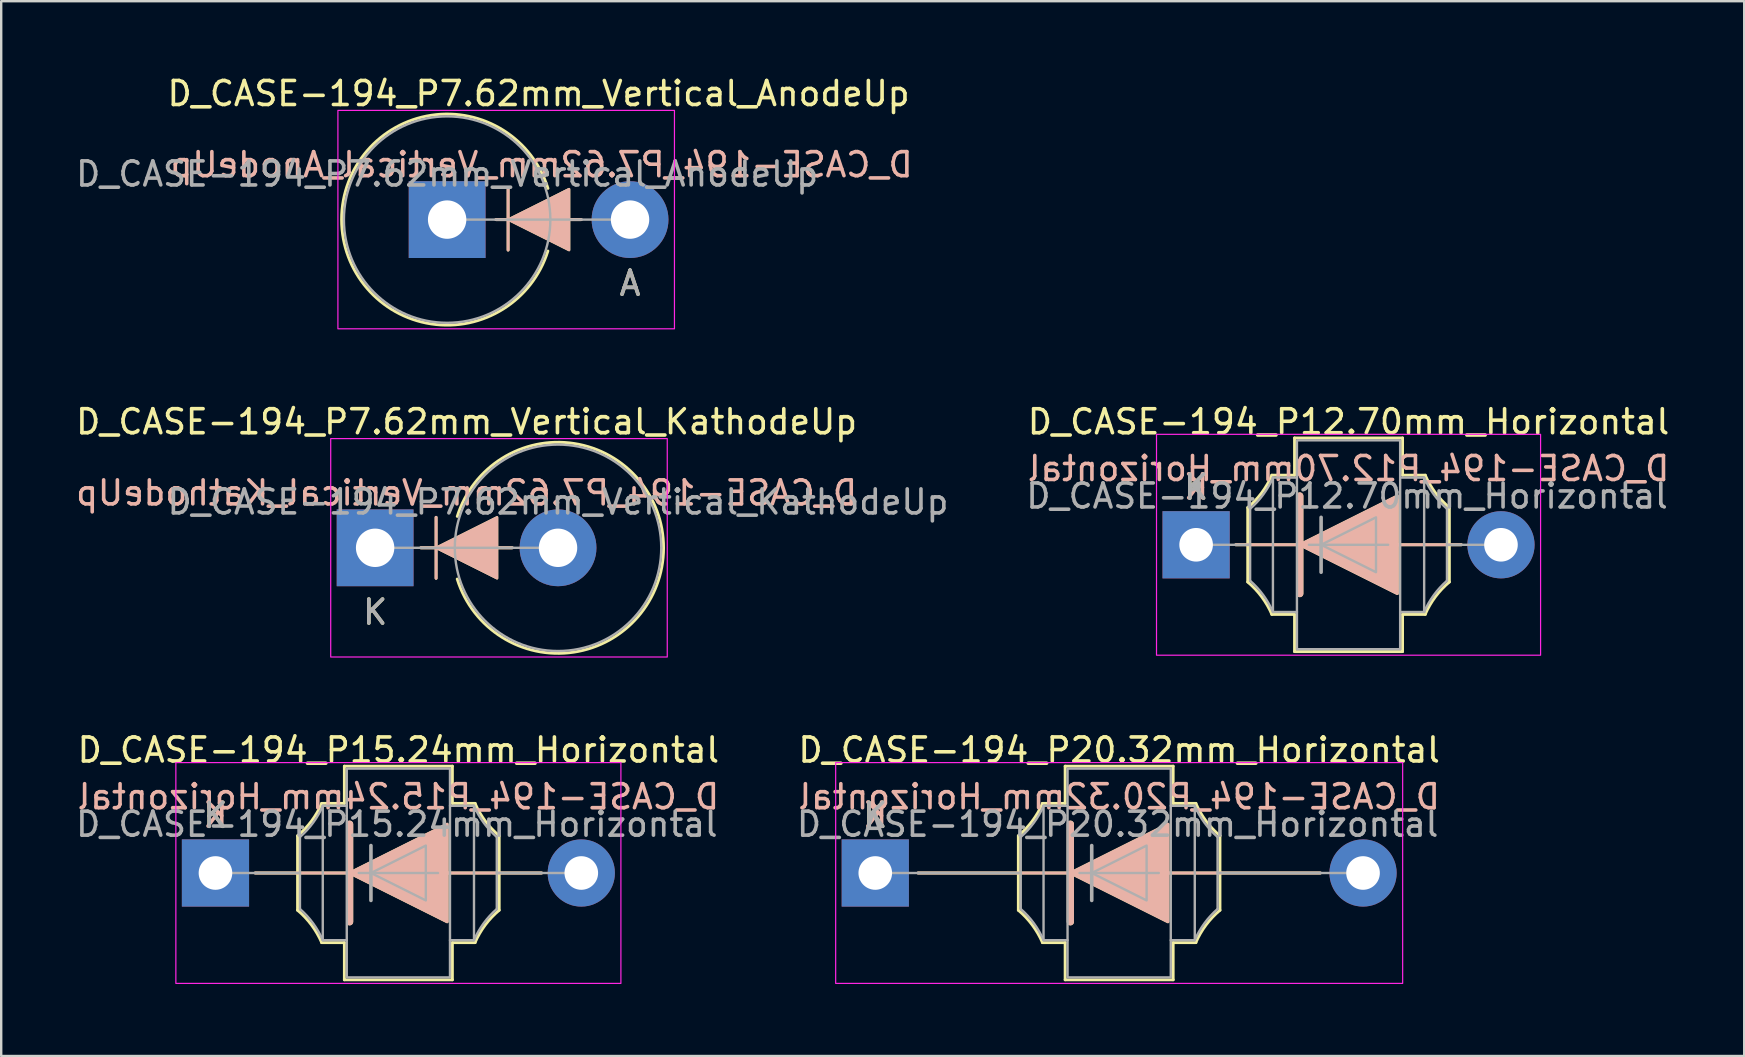
<source format=kicad_pcb>
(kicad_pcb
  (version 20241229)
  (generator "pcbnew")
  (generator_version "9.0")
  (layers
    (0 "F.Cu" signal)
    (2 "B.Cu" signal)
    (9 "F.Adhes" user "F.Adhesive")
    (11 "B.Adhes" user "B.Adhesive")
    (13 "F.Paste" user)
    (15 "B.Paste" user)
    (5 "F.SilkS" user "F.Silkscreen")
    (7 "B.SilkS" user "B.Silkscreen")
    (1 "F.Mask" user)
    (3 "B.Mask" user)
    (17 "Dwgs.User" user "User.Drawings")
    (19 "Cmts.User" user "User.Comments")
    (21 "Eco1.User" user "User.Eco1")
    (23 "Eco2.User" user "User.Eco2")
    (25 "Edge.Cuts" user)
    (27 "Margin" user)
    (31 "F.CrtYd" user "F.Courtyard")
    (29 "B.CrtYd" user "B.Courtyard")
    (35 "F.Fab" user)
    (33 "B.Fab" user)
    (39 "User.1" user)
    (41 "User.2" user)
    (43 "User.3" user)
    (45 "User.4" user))
  (footprint "D_CASE-194_P15.24mm_Horizontal"
    (layer "F.Cu")
    (at 5.926 33.318)
    (property "Reference" "D_CASE-194_P15.24mm_Horizontal" (at 7.62 -5.123 0) (layer "F.SilkS") (effects (font (size 1 1) (thickness 0.15))))
    (attr through_hole)
    (fp_line (start 1.651 0) (end 3.42 0) (stroke (width 0.12) (type default)) (layer "F.SilkS"))
    (fp_line (start 3.42 -1.55) (end 3.42 1.55) (stroke (width 0.12) (type default)) (layer "F.SilkS"))
    (fp_line (start 3.42 0) (end 11.82 0) (stroke (width 0.12) (type default)) (layer "F.SilkS"))
    (fp_line (start 4.42 2.9) (end 5.37 2.9) (stroke (width 0.12) (type default)) (layer "F.SilkS"))
    (fp_line (start 5.37 -4.45) (end 5.37 -2.9) (stroke (width 0.12) (type default)) (layer "F.SilkS"))
    (fp_line (start 5.37 -2.9) (end 4.42 -2.9) (stroke (width 0.12) (type default)) (layer "F.SilkS"))
    (fp_line (start 5.37 2.9) (end 5.37 4.45) (stroke (width 0.12) (type default)) (layer "F.SilkS"))
    (fp_line (start 5.37 4.45) (end 9.87 4.45) (stroke (width 0.12) (type default)) (layer "F.SilkS"))
    (fp_line (start 5.588 -2.032) (end 5.588 2.032) (stroke (width 0.3) (type default)) (layer "F.SilkS"))
    (fp_line (start 9.87 -4.45) (end 5.37 -4.45) (stroke (width 0.12) (type default)) (layer "F.SilkS"))
    (fp_line (start 9.87 -2.9) (end 9.87 -4.45) (stroke (width 0.12) (type default)) (layer "F.SilkS"))
    (fp_line (start 9.87 2.9) (end 10.82 2.9) (stroke (width 0.12) (type default)) (layer "F.SilkS"))
    (fp_line (start 9.87 4.45) (end 9.87 2.9) (stroke (width 0.12) (type default)) (layer "F.SilkS"))
    (fp_line (start 10.82 -2.9) (end 9.87 -2.9) (stroke (width 0.12) (type default)) (layer "F.SilkS"))
    (fp_line (start 11.82 1.55) (end 11.82 -1.55) (stroke (width 0.12) (type default)) (layer "F.SilkS"))
    (fp_line (start 13.589 0) (end 11.82 0) (stroke (width 0.12) (type default)) (layer "F.SilkS"))
    (fp_arc (start 3.42 1.55) (mid 4.000923 2.165421) (end 4.424743 2.897945) (stroke (width 0.12) (type default)) (layer "F.SilkS"))
    (fp_arc (start 4.426354 -2.897243) (mid 4.00168 -2.164982) (end 3.42 -1.55) (stroke (width 0.12) (type default)) (layer "F.SilkS"))
    (fp_arc (start 10.813646 2.897242) (mid 11.23832 2.164982) (end 11.82 1.55) (stroke (width 0.12) (type default)) (layer "F.SilkS"))
    (fp_arc (start 11.82 -1.55) (mid 11.239073 -2.165419) (end 10.815257 -2.897945) (stroke (width 0.12) (type default)) (layer "F.SilkS"))
    (fp_poly (pts (xy 5.588 0) (xy 9.652 -2.032) (xy 9.652 2.032)) (stroke (width 0.12) (type solid)) (fill yes) (layer "F.SilkS"))
    (fp_line (start 1.651 0) (end 3.42 0) (stroke (width 0.12) (type default)) (layer "B.SilkS"))
    (fp_line (start 3.42 0) (end 11.82 0) (stroke (width 0.12) (type default)) (layer "B.SilkS"))
    (fp_line (start 5.588 2.032) (end 5.588 -2.032) (stroke (width 0.3) (type default)) (layer "B.SilkS"))
    (fp_line (start 13.589 0) (end 11.82 0) (stroke (width 0.12) (type default)) (layer "B.SilkS"))
    (fp_poly (pts (xy 5.588 0) (xy 9.652 2.032) (xy 9.652 -2.032)) (stroke (width 0.12) (type solid)) (fill yes) (layer "B.SilkS"))
    (fp_rect (start -1.65 -4.6) (end 16.89 4.6) (stroke (width 0.05) (type default)) (fill no) (layer "F.CrtYd"))
    (fp_line (start 0 0) (end 3.52 0) (stroke (width 0.1) (type solid)) (layer "F.Fab"))
    (fp_line (start 3.52 -1.5) (end 3.52 1.5) (stroke (width 0.1) (type default)) (layer "F.Fab"))
    (fp_line (start 4.47 -2.8) (end 4.47 2.8) (stroke (width 0.1) (type default)) (layer "F.Fab"))
    (fp_line (start 4.47 2.8) (end 5.47 2.8) (stroke (width 0.1) (type default)) (layer "F.Fab"))
    (fp_line (start 5.47 -2.8) (end 4.47 -2.8) (stroke (width 0.1) (type default)) (layer "F.Fab"))
    (fp_line (start 5.969 0) (end 9.271 0) (stroke (width 0.1) (type default)) (layer "F.Fab"))
    (fp_line (start 6.477 -1.143) (end 6.477 1.143) (stroke (width 0.15) (type default)) (layer "F.Fab"))
    (fp_line (start 9.77 2.8) (end 10.77 2.8) (stroke (width 0.1) (type default)) (layer "F.Fab"))
    (fp_line (start 10.77 -2.8) (end 9.77 -2.8) (stroke (width 0.1) (type default)) (layer "F.Fab"))
    (fp_line (start 10.77 2.8) (end 10.77 -2.8) (stroke (width 0.1) (type default)) (layer "F.Fab"))
    (fp_line (start 11.72 1.5) (end 11.72 -1.5) (stroke (width 0.1) (type default)) (layer "F.Fab"))
    (fp_line (start 15.24 0) (end 11.72 0) (stroke (width 0.1) (type solid)) (layer "F.Fab"))
    (fp_rect (start 5.47 -4.35) (end 9.77 4.35) (stroke (width 0.1) (type default)) (fill no) (layer "F.Fab"))
    (fp_arc (start 3.52 1.5) (mid 4.067424 2.097051) (end 4.469686 2.800136) (stroke (width 0.1) (type default)) (layer "F.Fab"))
    (fp_arc (start 4.471263 -2.799451) (mid 4.068174 -2.096621) (end 3.519999 -1.500001) (stroke (width 0.1) (type default)) (layer "F.Fab"))
    (fp_arc (start 10.77 2.8) (mid 11.172299 2.096849) (end 11.719775 1.499742) (stroke (width 0.1) (type default)) (layer "F.Fab"))
    (fp_arc (start 11.719686 -1.499864) (mid 11.17226 -2.096913) (end 10.77 -2.8) (stroke (width 0.1) (type default)) (layer "F.Fab"))
    (fp_poly (pts (xy 6.477 0) (xy 8.763 -1.143) (xy 8.763 1.143)) (stroke (width 0.1) (type solid)) (fill no) (layer "F.Fab"))
    (fp_text user "K" (at 0 -2.4 0) (layer "F.SilkS") (effects (font (size 1 1) (thickness 0.15))))
    (fp_text user "${REFERENCE}" (at 7.62 -3.175 0) (layer "B.SilkS") (effects (font (size 1 1) (thickness 0.15)) (justify mirror)))
    (fp_text user "K" (at 0 -2.413 0) (layer "B.SilkS") (effects (font (size 1 1) (thickness 0.15)) (justify mirror)))
    (fp_text user "${REFERENCE}" (at 7.556 -2.032 0) (layer "F.Fab") (effects (font (size 1 1) (thickness 0.15))))
    (fp_text user "K" (at 0 -2.4 0) (layer "F.Fab") (effects (font (size 1 1) (thickness 0.15))))
    (pad "1" thru_hole rect (at 0 0) (size 2.8 2.8) (drill 1.4) (layers "*.Cu" "*.Mask"))
    (pad "2" thru_hole oval (at 15.24 0) (size 2.8 2.8) (drill 1.4) (layers "*.Cu" "*.Mask")))
  (footprint "D_CASE-194_P7.62mm_Vertical_KathodeUp"
    (layer "F.Cu")
    (at 12.577 19.771)
    (property "Reference" "D_CASE-194_P7.62mm_Vertical_KathodeUp" (at 3.81 -5.25 0) (layer "F.SilkS") (effects (font (size 1 1) (thickness 0.15))))
    (attr through_hole)
    (fp_line (start 2.54 1.27) (end 2.54 -1.27) (stroke (width 0.12) (type solid)) (layer "F.SilkS"))
    (fp_line (start 5.715 0) (end 1.9 0) (stroke (width 0.12) (type solid)) (layer "F.SilkS"))
    (fp_arc (start 3.422563 -1.308249) (mid 12.016587 0.004319) (end 3.420001 1.3) (stroke (width 0.12) (type solid)) (layer "F.SilkS"))
    (fp_poly (pts (xy 5.08 1.27) (xy 2.54 0) (xy 5.08 -1.27)) (stroke (width 0.1) (type solid)) (fill yes) (layer "F.SilkS"))
    (fp_line (start 1.905 0) (end 5.715 0) (stroke (width 0.12) (type solid)) (layer "B.SilkS"))
    (fp_line (start 2.54 -1.27) (end 2.54 1.27) (stroke (width 0.12) (type solid)) (layer "B.SilkS"))
    (fp_poly (pts (xy 5.08 -1.27) (xy 2.54 0) (xy 5.08 1.27)) (stroke (width 0.1) (type solid)) (fill yes) (layer "B.SilkS"))
    (fp_rect (start -1.85 -4.55) (end 12.17 4.55) (stroke (width 0.05) (type default)) (fill no) (layer "F.CrtYd"))
    (fp_line (start 7.62 0) (end 0 0) (stroke (width 0.1) (type solid)) (layer "F.Fab"))
    (fp_circle (center 7.62 0) (end 3.32 0) (stroke (width 0.1) (type solid)) (fill no) (layer "F.Fab"))
    (fp_text user "K" (at 0 2.68 180) (layer "F.SilkS") (effects (font (size 1 1) (thickness 0.15))))
    (fp_text user "${REFERENCE}" (at 3.81 -2.286 0) (layer "B.SilkS") (effects (font (size 1 1) (thickness 0.15)) (justify mirror)))
    (fp_text user "${REFERENCE}" (at 7.62 -1.91 180) (layer "F.Fab") (effects (font (size 1 1) (thickness 0.15))))
    (fp_text user "K" (at 0 2.68 180) (layer "F.Fab") (effects (font (size 1 1) (thickness 0.15))))
    (pad "1" thru_hole rect (at 0 0 180) (size 3.2 3.2) (drill 1.6) (layers "*.Cu" "*.Mask"))
    (pad "2" thru_hole circle (at 7.62 0 180) (size 3.2 3.2) (drill 1.6) (layers "*.Cu" "*.Mask")))
  (footprint "D_CASE-194_P12.70mm_Horizontal"
    (layer "F.Cu")
    (at 46.779 19.645)
    (property "Reference" "D_CASE-194_P12.70mm_Horizontal" (at 6.35 -5.123 0) (layer "F.SilkS") (effects (font (size 1 1) (thickness 0.15))))
    (attr through_hole)
    (fp_line (start 1.651 0) (end 2.15 0) (stroke (width 0.12) (type default)) (layer "F.SilkS"))
    (fp_line (start 2.15 -1.55) (end 2.15 1.55) (stroke (width 0.12) (type default)) (layer "F.SilkS"))
    (fp_line (start 2.15 0) (end 10.55 0) (stroke (width 0.12) (type default)) (layer "F.SilkS"))
    (fp_line (start 3.15 2.9) (end 4.1 2.9) (stroke (width 0.12) (type default)) (layer "F.SilkS"))
    (fp_line (start 4.1 -4.45) (end 4.1 -2.9) (stroke (width 0.12) (type default)) (layer "F.SilkS"))
    (fp_line (start 4.1 -2.9) (end 3.15 -2.9) (stroke (width 0.12) (type default)) (layer "F.SilkS"))
    (fp_line (start 4.1 2.9) (end 4.1 4.45) (stroke (width 0.12) (type default)) (layer "F.SilkS"))
    (fp_line (start 4.1 4.45) (end 8.6 4.45) (stroke (width 0.12) (type default)) (layer "F.SilkS"))
    (fp_line (start 4.318 -2.032) (end 4.318 2.032) (stroke (width 0.3) (type default)) (layer "F.SilkS"))
    (fp_line (start 8.6 -4.45) (end 4.1 -4.45) (stroke (width 0.12) (type default)) (layer "F.SilkS"))
    (fp_line (start 8.6 -2.9) (end 8.6 -4.45) (stroke (width 0.12) (type default)) (layer "F.SilkS"))
    (fp_line (start 8.6 2.9) (end 9.55 2.9) (stroke (width 0.12) (type default)) (layer "F.SilkS"))
    (fp_line (start 8.6 4.45) (end 8.6 2.9) (stroke (width 0.12) (type default)) (layer "F.SilkS"))
    (fp_line (start 9.55 -2.9) (end 8.6 -2.9) (stroke (width 0.12) (type default)) (layer "F.SilkS"))
    (fp_line (start 10.55 1.55) (end 10.55 -1.55) (stroke (width 0.12) (type default)) (layer "F.SilkS"))
    (fp_line (start 11.049 0) (end 10.55 0) (stroke (width 0.12) (type default)) (layer "F.SilkS"))
    (fp_arc (start 2.15 1.55) (mid 2.730923 2.165421) (end 3.154743 2.897945) (stroke (width 0.12) (type default)) (layer "F.SilkS"))
    (fp_arc (start 3.156354 -2.897243) (mid 2.73168 -2.164982) (end 2.15 -1.55) (stroke (width 0.12) (type default)) (layer "F.SilkS"))
    (fp_arc (start 9.543646 2.897242) (mid 9.96832 2.164982) (end 10.55 1.55) (stroke (width 0.12) (type default)) (layer "F.SilkS"))
    (fp_arc (start 10.55 -1.55) (mid 9.969078 -2.165422) (end 9.545257 -2.897945) (stroke (width 0.12) (type default)) (layer "F.SilkS"))
    (fp_poly (pts (xy 4.318 0) (xy 8.382 -2.032) (xy 8.382 2.032)) (stroke (width 0.12) (type solid)) (fill yes) (layer "F.SilkS"))
    (fp_line (start 1.651 0) (end 2.15 0) (stroke (width 0.12) (type default)) (layer "B.SilkS"))
    (fp_line (start 2.15 0) (end 10.55 0) (stroke (width 0.12) (type default)) (layer "B.SilkS"))
    (fp_line (start 4.318 2.032) (end 4.318 -2.032) (stroke (width 0.3) (type default)) (layer "B.SilkS"))
    (fp_line (start 11.049 0) (end 10.55 0) (stroke (width 0.12) (type default)) (layer "B.SilkS"))
    (fp_poly (pts (xy 4.318 0) (xy 8.382 2.032) (xy 8.382 -2.032)) (stroke (width 0.12) (type solid)) (fill yes) (layer "B.SilkS"))
    (fp_rect (start -1.65 -4.6) (end 14.35 4.6) (stroke (width 0.05) (type default)) (fill no) (layer "F.CrtYd"))
    (fp_line (start 0 0) (end 2.25 0) (stroke (width 0.1) (type solid)) (layer "F.Fab"))
    (fp_line (start 2.25 -1.5) (end 2.25 1.5) (stroke (width 0.1) (type default)) (layer "F.Fab"))
    (fp_line (start 3.2 -2.8) (end 3.2 2.8) (stroke (width 0.1) (type default)) (layer "F.Fab"))
    (fp_line (start 3.2 2.8) (end 4.2 2.8) (stroke (width 0.1) (type default)) (layer "F.Fab"))
    (fp_line (start 4.2 -2.8) (end 3.2 -2.8) (stroke (width 0.1) (type default)) (layer "F.Fab"))
    (fp_line (start 4.699 0) (end 8.001 0) (stroke (width 0.1) (type default)) (layer "F.Fab"))
    (fp_line (start 5.207 -1.143) (end 5.207 1.143) (stroke (width 0.15) (type default)) (layer "F.Fab"))
    (fp_line (start 8.5 2.8) (end 9.5 2.8) (stroke (width 0.1) (type default)) (layer "F.Fab"))
    (fp_line (start 9.5 -2.8) (end 8.5 -2.8) (stroke (width 0.1) (type default)) (layer "F.Fab"))
    (fp_line (start 9.5 2.8) (end 9.5 -2.8) (stroke (width 0.1) (type default)) (layer "F.Fab"))
    (fp_line (start 10.45 1.5) (end 10.45 -1.5) (stroke (width 0.1) (type default)) (layer "F.Fab"))
    (fp_line (start 12.7 0) (end 10.45 0) (stroke (width 0.1) (type solid)) (layer "F.Fab"))
    (fp_rect (start 4.2 -4.35) (end 8.5 4.35) (stroke (width 0.1) (type default)) (fill no) (layer "F.Fab"))
    (fp_arc (start 2.25 1.5) (mid 2.797424 2.097051) (end 3.199686 2.800136) (stroke (width 0.1) (type default)) (layer "F.Fab"))
    (fp_arc (start 3.201263 -2.799451) (mid 2.798174 -2.096621) (end 2.249999 -1.500001) (stroke (width 0.1) (type default)) (layer "F.Fab"))
    (fp_arc (start 9.5 2.8) (mid 9.902299 2.096849) (end 10.449775 1.499742) (stroke (width 0.1) (type default)) (layer "F.Fab"))
    (fp_arc (start 10.449686 -1.499864) (mid 9.902258 -2.096913) (end 9.5 -2.8) (stroke (width 0.1) (type default)) (layer "F.Fab"))
    (fp_poly (pts (xy 5.207 0) (xy 7.493 -1.143) (xy 7.493 1.143)) (stroke (width 0.1) (type solid)) (fill no) (layer "F.Fab"))
    (fp_text user "K" (at 0 -2.4 0) (layer "F.SilkS") (effects (font (size 1 1) (thickness 0.15))))
    (fp_text user "K" (at 0 -2.413 0) (layer "B.SilkS") (effects (font (size 1 1) (thickness 0.15)) (justify mirror)))
    (fp_text user "${REFERENCE}" (at 6.35 -3.175 0) (layer "B.SilkS") (effects (font (size 1 1) (thickness 0.15)) (justify mirror)))
    (fp_text user "${REFERENCE}" (at 6.287 -2.032 0) (layer "F.Fab") (effects (font (size 1 1) (thickness 0.15))))
    (fp_text user "K" (at 0 -2.4 0) (layer "F.Fab") (effects (font (size 1 1) (thickness 0.15))))
    (pad "1" thru_hole rect (at 0 0) (size 2.8 2.8) (drill 1.4) (layers "*.Cu" "*.Mask"))
    (pad "2" thru_hole oval (at 12.7 0) (size 2.8 2.8) (drill 1.4) (layers "*.Cu" "*.Mask")))
  (footprint "D_CASE-194_P20.32mm_Horizontal"
    (layer "F.Cu")
    (at 33.413 33.318)
    (property "Reference" "D_CASE-194_P20.32mm_Horizontal" (at 10.16 -5.123 0) (layer "F.SilkS") (effects (font (size 1 1) (thickness 0.15))))
    (attr through_hole)
    (fp_line (start 1.778 0) (end 5.96 0) (stroke (width 0.12) (type default)) (layer "F.SilkS"))
    (fp_line (start 5.96 -1.55) (end 5.96 1.55) (stroke (width 0.12) (type default)) (layer "F.SilkS"))
    (fp_line (start 5.96 0) (end 14.36 0) (stroke (width 0.12) (type default)) (layer "F.SilkS"))
    (fp_line (start 6.96 2.9) (end 7.91 2.9) (stroke (width 0.12) (type default)) (layer "F.SilkS"))
    (fp_line (start 7.91 -4.45) (end 7.91 -2.9) (stroke (width 0.12) (type default)) (layer "F.SilkS"))
    (fp_line (start 7.91 -2.9) (end 6.96 -2.9) (stroke (width 0.12) (type default)) (layer "F.SilkS"))
    (fp_line (start 7.91 2.9) (end 7.91 4.45) (stroke (width 0.12) (type default)) (layer "F.SilkS"))
    (fp_line (start 7.91 4.45) (end 12.41 4.45) (stroke (width 0.12) (type default)) (layer "F.SilkS"))
    (fp_line (start 8.128 -2.032) (end 8.128 2.032) (stroke (width 0.3) (type default)) (layer "F.SilkS"))
    (fp_line (start 12.41 -4.45) (end 7.91 -4.45) (stroke (width 0.12) (type default)) (layer "F.SilkS"))
    (fp_line (start 12.41 -2.9) (end 12.41 -4.45) (stroke (width 0.12) (type default)) (layer "F.SilkS"))
    (fp_line (start 12.41 2.9) (end 13.36 2.9) (stroke (width 0.12) (type default)) (layer "F.SilkS"))
    (fp_line (start 12.41 4.45) (end 12.41 2.9) (stroke (width 0.12) (type default)) (layer "F.SilkS"))
    (fp_line (start 13.36 -2.9) (end 12.41 -2.9) (stroke (width 0.12) (type default)) (layer "F.SilkS"))
    (fp_line (start 14.36 1.55) (end 14.36 -1.55) (stroke (width 0.12) (type default)) (layer "F.SilkS"))
    (fp_line (start 18.542 0) (end 14.36 0) (stroke (width 0.12) (type default)) (layer "F.SilkS"))
    (fp_arc (start 5.96 1.55) (mid 6.540922 2.165422) (end 6.964743 2.897945) (stroke (width 0.12) (type default)) (layer "F.SilkS"))
    (fp_arc (start 6.966354 -2.897243) (mid 6.54168 -2.164982) (end 5.96 -1.55) (stroke (width 0.12) (type default)) (layer "F.SilkS"))
    (fp_arc (start 13.353646 2.897242) (mid 13.77832 2.164982) (end 14.36 1.55) (stroke (width 0.12) (type default)) (layer "F.SilkS"))
    (fp_arc (start 14.36 -1.55) (mid 13.779074 -2.165419) (end 13.355257 -2.897945) (stroke (width 0.12) (type default)) (layer "F.SilkS"))
    (fp_poly (pts (xy 8.128 0) (xy 12.192 -2.032) (xy 12.192 2.032)) (stroke (width 0.12) (type solid)) (fill yes) (layer "F.SilkS"))
    (fp_line (start 1.778 0) (end 5.96 0) (stroke (width 0.12) (type default)) (layer "B.SilkS"))
    (fp_line (start 5.96 0) (end 14.36 0) (stroke (width 0.12) (type default)) (layer "B.SilkS"))
    (fp_line (start 8.128 2.032) (end 8.128 -2.032) (stroke (width 0.3) (type default)) (layer "B.SilkS"))
    (fp_line (start 18.542 0) (end 14.36 0) (stroke (width 0.12) (type default)) (layer "B.SilkS"))
    (fp_poly (pts (xy 8.128 0) (xy 12.192 2.032) (xy 12.192 -2.032)) (stroke (width 0.12) (type solid)) (fill yes) (layer "B.SilkS"))
    (fp_rect (start -1.65 -4.6) (end 21.97 4.6) (stroke (width 0.05) (type default)) (fill no) (layer "F.CrtYd"))
    (fp_line (start 0 0) (end 6.06 0) (stroke (width 0.1) (type solid)) (layer "F.Fab"))
    (fp_line (start 6.06 -1.5) (end 6.06 1.5) (stroke (width 0.1) (type default)) (layer "F.Fab"))
    (fp_line (start 7.01 -2.8) (end 7.01 2.8) (stroke (width 0.1) (type default)) (layer "F.Fab"))
    (fp_line (start 7.01 2.8) (end 8.01 2.8) (stroke (width 0.1) (type default)) (layer "F.Fab"))
    (fp_line (start 8.01 -2.8) (end 7.01 -2.8) (stroke (width 0.1) (type default)) (layer "F.Fab"))
    (fp_line (start 8.509 0) (end 11.811 0) (stroke (width 0.1) (type default)) (layer "F.Fab"))
    (fp_line (start 9.017 -1.143) (end 9.017 1.143) (stroke (width 0.15) (type default)) (layer "F.Fab"))
    (fp_line (start 12.31 2.8) (end 13.31 2.8) (stroke (width 0.1) (type default)) (layer "F.Fab"))
    (fp_line (start 13.31 -2.8) (end 12.31 -2.8) (stroke (width 0.1) (type default)) (layer "F.Fab"))
    (fp_line (start 13.31 2.8) (end 13.31 -2.8) (stroke (width 0.1) (type default)) (layer "F.Fab"))
    (fp_line (start 14.26 1.5) (end 14.26 -1.5) (stroke (width 0.1) (type default)) (layer "F.Fab"))
    (fp_line (start 20.32 0) (end 14.26 0) (stroke (width 0.1) (type solid)) (layer "F.Fab"))
    (fp_rect (start 8.01 -4.35) (end 12.31 4.35) (stroke (width 0.1) (type default)) (fill no) (layer "F.Fab"))
    (fp_arc (start 6.06 1.5) (mid 6.607424 2.097051) (end 7.009686 2.800136) (stroke (width 0.1) (type default)) (layer "F.Fab"))
    (fp_arc (start 7.011263 -2.799451) (mid 6.608174 -2.096621) (end 6.059999 -1.500001) (stroke (width 0.1) (type default)) (layer "F.Fab"))
    (fp_arc (start 13.31 2.8) (mid 13.712299 2.096849) (end 14.259775 1.499742) (stroke (width 0.1) (type default)) (layer "F.Fab"))
    (fp_arc (start 14.259686 -1.499864) (mid 13.71226 -2.096913) (end 13.31 -2.8) (stroke (width 0.1) (type default)) (layer "F.Fab"))
    (fp_poly (pts (xy 9.017 0) (xy 11.303 -1.143) (xy 11.303 1.143)) (stroke (width 0.1) (type solid)) (fill no) (layer "F.Fab"))
    (fp_text user "K" (at 0 -2.4 0) (layer "F.SilkS") (effects (font (size 1 1) (thickness 0.15))))
    (fp_text user "${REFERENCE}" (at 10.16 -3.175 0) (layer "B.SilkS") (effects (font (size 1 1) (thickness 0.15)) (justify mirror)))
    (fp_text user "K" (at 0 -2.413 0) (layer "B.SilkS") (effects (font (size 1 1) (thickness 0.15)) (justify mirror)))
    (fp_text user "K" (at 0 -2.4 0) (layer "F.Fab") (effects (font (size 1 1) (thickness 0.15))))
    (fp_text user "${REFERENCE}" (at 10.097 -2.032 0) (layer "F.Fab") (effects (font (size 1 1) (thickness 0.15))))
    (pad "1" thru_hole rect (at 0 0) (size 2.8 2.8) (drill 1.4) (layers "*.Cu" "*.Mask"))
    (pad "2" thru_hole oval (at 20.32 0) (size 2.8 2.8) (drill 1.4) (layers "*.Cu" "*.Mask")))
  (footprint "D_CASE-194_P7.62mm_Vertical_AnodeUp"
    (layer "F.Cu")
    (at 15.577 6.098)
    (property "Reference" "D_CASE-194_P7.62mm_Vertical_AnodeUp" (at 3.81 -5.25 0) (layer "F.SilkS") (effects (font (size 1 1) (thickness 0.15))))
    (attr through_hole)
    (fp_line (start 2.032 0) (end 5.588 0) (stroke (width 0.12) (type solid)) (layer "F.SilkS"))
    (fp_line (start 2.54 1.27) (end 2.54 -1.27) (stroke (width 0.12) (type solid)) (layer "F.SilkS"))
    (fp_arc (start 4.197437 1.308249) (mid -4.396587 -0.004319) (end 4.199999 -1.3) (stroke (width 0.12) (type solid)) (layer "F.SilkS"))
    (fp_poly (pts (xy 5.08 1.27) (xy 2.54 0) (xy 5.08 -1.27)) (stroke (width 0.1) (type solid)) (fill yes) (layer "F.SilkS"))
    (fp_line (start 2.032 0) (end 5.588 0) (stroke (width 0.12) (type solid)) (layer "B.SilkS"))
    (fp_line (start 2.54 -1.27) (end 2.54 1.27) (stroke (width 0.12) (type solid)) (layer "B.SilkS"))
    (fp_poly (pts (xy 5.08 -1.27) (xy 2.54 0) (xy 5.08 1.27)) (stroke (width 0.1) (type solid)) (fill yes) (layer "B.SilkS"))
    (fp_rect (start -4.55 -4.55) (end 9.47 4.55) (stroke (width 0.05) (type default)) (fill no) (layer "F.CrtYd"))
    (fp_line (start 0 0) (end 7.62 0) (stroke (width 0.1) (type solid)) (layer "F.Fab"))
    (fp_circle (center 0 0) (end 4.3 0) (stroke (width 0.1) (type solid)) (fill no) (layer "F.Fab"))
    (fp_text user "A" (at 7.62 2.654 0) (layer "F.SilkS") (effects (font (size 1 1) (thickness 0.15))))
    (fp_text user "${REFERENCE}" (at 3.937 -2.286 0) (layer "B.SilkS") (effects (font (size 1 1) (thickness 0.15)) (justify mirror)))
    (fp_text user "A" (at 7.62 2.654 0) (layer "F.Fab") (effects (font (size 1 1) (thickness 0.15))))
    (fp_text user "${REFERENCE}" (at 0 -1.9 0) (layer "F.Fab") (effects (font (size 1 1) (thickness 0.15))))
    (pad "1" thru_hole rect (at 0 0) (size 3.2 3.2) (drill 1.6) (layers "*.Cu" "*.Mask"))
    (pad "2" thru_hole oval (at 7.62 0) (size 3.2 3.2) (drill 1.6) (layers "*.Cu" "*.Mask")))
  (gr_rect
    (start -3 -3)
    (end 69.612 40.943)
    (stroke (width 0.1) (type default))
    (fill no)
    (layer "Edge.Cuts")))
</source>
